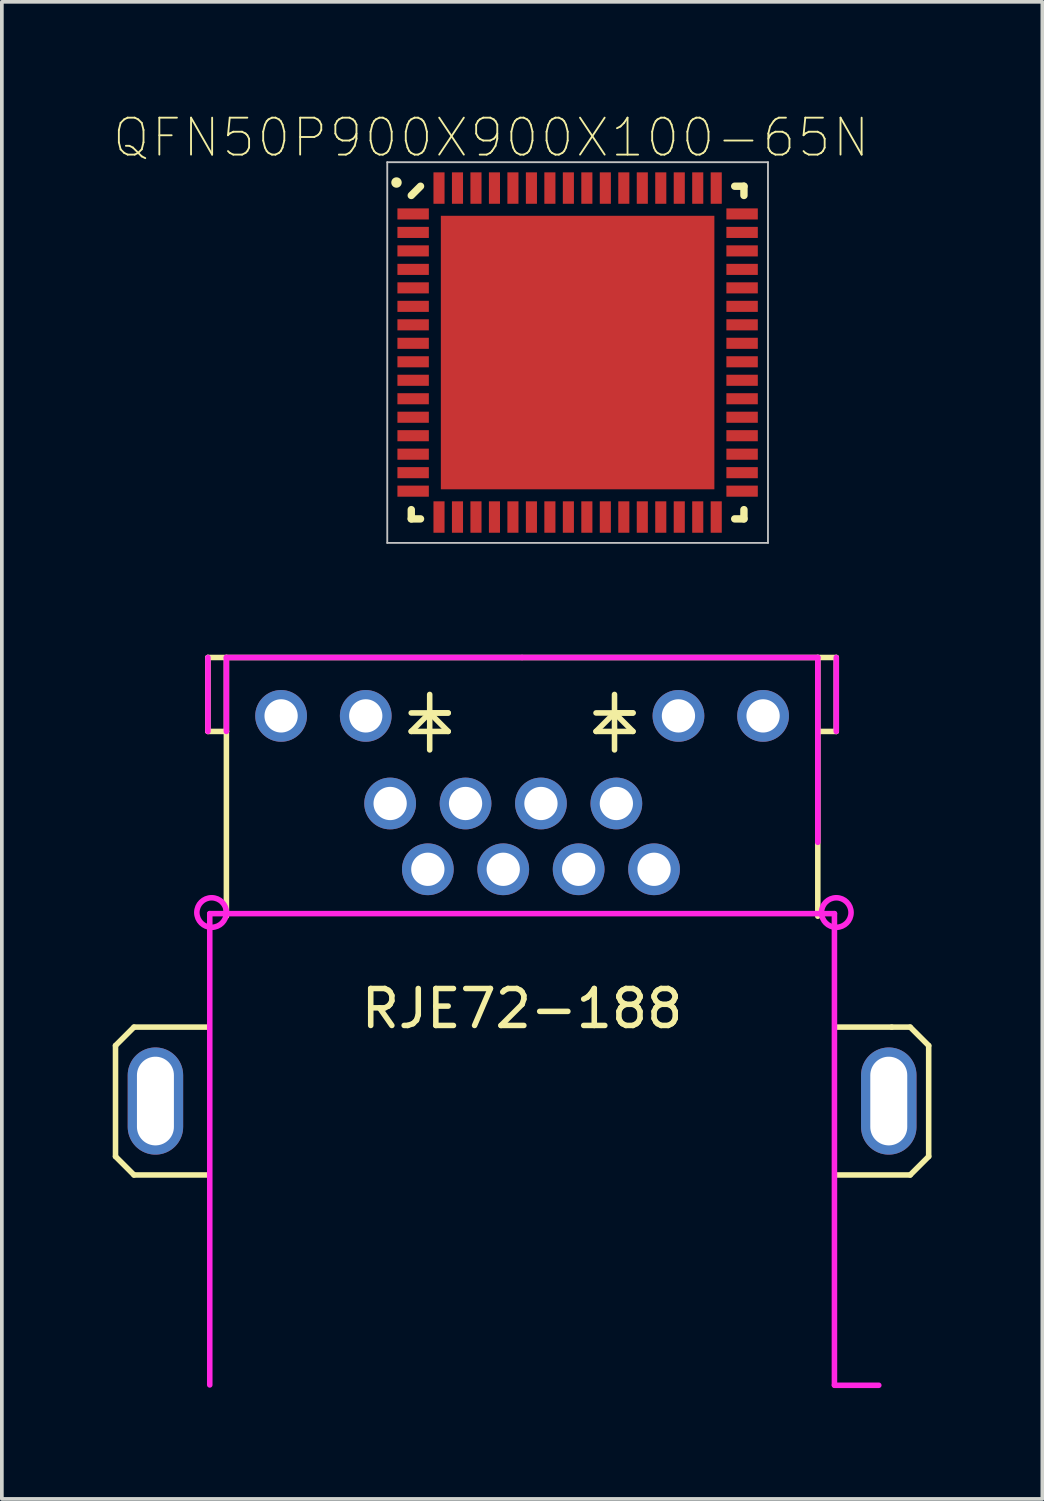
<source format=kicad_pcb>
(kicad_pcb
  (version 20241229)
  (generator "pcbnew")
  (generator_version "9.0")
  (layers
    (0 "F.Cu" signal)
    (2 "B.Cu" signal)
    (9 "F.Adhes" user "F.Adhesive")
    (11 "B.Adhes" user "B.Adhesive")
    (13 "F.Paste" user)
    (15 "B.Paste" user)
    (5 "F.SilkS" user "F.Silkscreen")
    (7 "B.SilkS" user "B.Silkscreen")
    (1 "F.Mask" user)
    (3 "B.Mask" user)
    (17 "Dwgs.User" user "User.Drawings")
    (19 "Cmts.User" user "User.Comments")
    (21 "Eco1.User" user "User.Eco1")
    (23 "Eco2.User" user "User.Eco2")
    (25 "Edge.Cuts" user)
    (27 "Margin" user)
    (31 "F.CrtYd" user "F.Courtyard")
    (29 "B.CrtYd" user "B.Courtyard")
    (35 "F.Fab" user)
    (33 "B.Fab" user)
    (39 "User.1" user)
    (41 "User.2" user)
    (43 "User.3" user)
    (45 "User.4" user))
  (footprint "RJE72-188"
    (layer "F.Cu")
    (at 11.075 26.738)
    (property "Reference" "RJE72-188" (at 0 -2.5 0) (layer "F.SilkS") (effects (font (size 1 1) (thickness 0.15))))
    (attr through_hole)
    (fp_line (start -11 -1.5) (end -11 1.5) (stroke (width 0.15) (type solid)) (layer "F.SilkS"))
    (fp_line (start -11 1.5) (end -10.5 2) (stroke (width 0.15) (type solid)) (layer "F.SilkS"))
    (fp_line (start -10.5 -2) (end -11 -1.5) (stroke (width 0.15) (type solid)) (layer "F.SilkS"))
    (fp_line (start -10.5 2) (end -8.5 2) (stroke (width 0.15) (type solid)) (layer "F.SilkS"))
    (fp_line (start -8.5 -12) (end -8.5 -10) (stroke (width 0.15) (type solid)) (layer "F.SilkS"))
    (fp_line (start -8.5 -12) (end 8.5 -12) (stroke (width 0.15) (type solid)) (layer "F.SilkS"))
    (fp_line (start -8.5 -10) (end -8 -10) (stroke (width 0.15) (type solid)) (layer "F.SilkS"))
    (fp_line (start -8.5 -2) (end -10.5 -2) (stroke (width 0.15) (type solid)) (layer "F.SilkS"))
    (fp_line (start -8 -10) (end -8 -12) (stroke (width 0.15) (type solid)) (layer "F.SilkS"))
    (fp_line (start -8 -10) (end -8 -5) (stroke (width 0.15) (type solid)) (layer "F.SilkS"))
    (fp_line (start -3 -10.5) (end -2 -10.5) (stroke (width 0.15) (type solid)) (layer "F.SilkS"))
    (fp_line (start -3 -10) (end -2.5 -10.5) (stroke (width 0.15) (type solid)) (layer "F.SilkS"))
    (fp_line (start -2.5 -11) (end -2.5 -9.5) (stroke (width 0.15) (type solid)) (layer "F.SilkS"))
    (fp_line (start -2.5 -10.5) (end -2 -10) (stroke (width 0.15) (type solid)) (layer "F.SilkS"))
    (fp_line (start -2 -10.5) (end -2.5 -10.5) (stroke (width 0.15) (type solid)) (layer "F.SilkS"))
    (fp_line (start -2 -10) (end -3 -10) (stroke (width 0.15) (type solid)) (layer "F.SilkS"))
    (fp_line (start 2 -10.5) (end 3 -10.5) (stroke (width 0.15) (type solid)) (layer "F.SilkS"))
    (fp_line (start 2 -10) (end 2.5 -10.5) (stroke (width 0.15) (type solid)) (layer "F.SilkS"))
    (fp_line (start 2.5 -11) (end 2.5 -9.5) (stroke (width 0.15) (type solid)) (layer "F.SilkS"))
    (fp_line (start 2.5 -10.5) (end 3 -10) (stroke (width 0.15) (type solid)) (layer "F.SilkS"))
    (fp_line (start 3 -10.5) (end 2.5 -10.5) (stroke (width 0.15) (type solid)) (layer "F.SilkS"))
    (fp_line (start 3 -10) (end 2 -10) (stroke (width 0.15) (type solid)) (layer "F.SilkS"))
    (fp_line (start 8 -10) (end 8 -12) (stroke (width 0.15) (type solid)) (layer "F.SilkS"))
    (fp_line (start 8 -10) (end 8 -5) (stroke (width 0.15) (type solid)) (layer "F.SilkS"))
    (fp_line (start 8.5 -12) (end 8.5 -10) (stroke (width 0.15) (type solid)) (layer "F.SilkS"))
    (fp_line (start 8.5 -10) (end 8 -10) (stroke (width 0.15) (type solid)) (layer "F.SilkS"))
    (fp_line (start 8.5 -2) (end 10 -2) (stroke (width 0.15) (type solid)) (layer "F.SilkS"))
    (fp_line (start 10 -2) (end 10.5 -2) (stroke (width 0.15) (type solid)) (layer "F.SilkS"))
    (fp_line (start 10.5 -2) (end 11 -1.5) (stroke (width 0.15) (type solid)) (layer "F.SilkS"))
    (fp_line (start 10.5 2) (end 8.5 2) (stroke (width 0.15) (type solid)) (layer "F.SilkS"))
    (fp_line (start 11 -1.5) (end 11 1.5) (stroke (width 0.15) (type solid)) (layer "F.SilkS"))
    (fp_line (start 11 1.5) (end 10.5 2) (stroke (width 0.15) (type solid)) (layer "F.SilkS"))
    (fp_line (start -8.5 -12) (end -8.5 -10) (stroke (width 0.15) (type solid)) (layer "F.CrtYd"))
    (fp_line (start -8.45 -5.07) (end -8.45 7.68) (stroke (width 0.15) (type solid)) (layer "F.CrtYd"))
    (fp_line (start -8.45 -5.07) (end 8.45 -5.07) (stroke (width 0.15) (type solid)) (layer "F.CrtYd"))
    (fp_line (start -8 -12) (end -8 -10) (stroke (width 0.15) (type solid)) (layer "F.CrtYd"))
    (fp_line (start 0 -12) (end -8 -12) (stroke (width 0.15) (type solid)) (layer "F.CrtYd"))
    (fp_line (start 0 -12) (end 8 -12) (stroke (width 0.15) (type solid)) (layer "F.CrtYd"))
    (fp_line (start 8 -12) (end 8 -7) (stroke (width 0.15) (type solid)) (layer "F.CrtYd"))
    (fp_line (start 8.45 -5.07) (end 8.45 7.68) (stroke (width 0.15) (type solid)) (layer "F.CrtYd"))
    (fp_line (start 8.45 7.69) (end 9.65 7.69) (stroke (width 0.15) (type solid)) (layer "F.CrtYd"))
    (fp_line (start 8.5 -12) (end 8.5 -10) (stroke (width 0.15) (type solid)) (layer "F.CrtYd"))
    (fp_circle (center -8.4 -5.1) (end -8 -5.1) (stroke (width 0.15) (type solid)) (fill no) (layer "F.CrtYd"))
    (fp_circle (center 8.5 -5.1) (end 8.9 -5.1) (stroke (width 0.15) (type solid)) (fill no) (layer "F.CrtYd"))
    (pad "" thru_hole oval (at -9.92 0) (size 1.5 2.9) (drill oval 1 2.4) (layers "*.Cu" "*.Mask"))
    (pad "" thru_hole oval (at 9.92 0) (size 1.5 2.9) (drill oval 1 2.4) (layers "*.Cu" "*.Mask"))
    (pad "1" thru_hole circle (at 3.57 -6.27) (size 1.4 1.4) (drill 0.9) (layers "*.Cu" "*.Mask"))
    (pad "2" thru_hole circle (at 2.55 -8.05) (size 1.4 1.4) (drill 0.9) (layers "*.Cu" "*.Mask"))
    (pad "3" thru_hole circle (at 1.53 -6.27 90) (size 1.4 1.4) (drill 0.9) (layers "*.Cu" "*.Mask"))
    (pad "4" thru_hole circle (at 0.51 -8.05) (size 1.4 1.4) (drill 0.9) (layers "*.Cu" "*.Mask"))
    (pad "5" thru_hole circle (at -0.51 -6.27) (size 1.4 1.4) (drill 0.9) (layers "*.Cu" "*.Mask"))
    (pad "6" thru_hole circle (at -1.53 -8.05) (size 1.4 1.4) (drill 0.9) (layers "*.Cu" "*.Mask"))
    (pad "7" thru_hole circle (at -2.55 -6.27) (size 1.4 1.4) (drill 0.9) (layers "*.Cu" "*.Mask"))
    (pad "8" thru_hole circle (at -3.57 -8.05) (size 1.4 1.4) (drill 0.9) (layers "*.Cu" "*.Mask"))
    (pad "9" thru_hole circle (at 6.52 -10.42) (size 1.4 1.4) (drill 0.9) (layers "*.Cu" "*.Mask"))
    (pad "10" thru_hole circle (at 4.23 -10.42) (size 1.4 1.4) (drill 0.9) (layers "*.Cu" "*.Mask"))
    (pad "11" thru_hole circle (at -4.23 -10.42) (size 1.4 1.4) (drill 0.9) (layers "*.Cu" "*.Mask"))
    (pad "12" thru_hole circle (at -6.52 -10.42) (size 1.4 1.4) (drill 0.9) (layers "*.Cu" "*.Mask")))
  (footprint "QFN50P900X900X100-65N"
    (layer "F.Cu")
    (at 12.577 6.488)
    (property "Reference" "QFN50P900X900X100-65N" (at -2.34 -5.815 0) (layer "F.SilkS") (effects (font (size 1 1) (thickness 0.05))))
    (attr smd)
    (fp_line (start -4.5 -4.25) (end -4.25 -4.5) (stroke (width 0.2) (type solid)) (layer "F.SilkS"))
    (fp_line (start -4.5 4.5) (end -4.5 4.25) (stroke (width 0.2) (type solid)) (layer "F.SilkS"))
    (fp_line (start -4.25 4.5) (end -4.5 4.5) (stroke (width 0.2) (type solid)) (layer "F.SilkS"))
    (fp_line (start 4.25 -4.5) (end 4.5 -4.5) (stroke (width 0.2) (type solid)) (layer "F.SilkS"))
    (fp_line (start 4.5 -4.5) (end 4.5 -4.25) (stroke (width 0.2) (type solid)) (layer "F.SilkS"))
    (fp_line (start 4.5 4.25) (end 4.5 4.5) (stroke (width 0.2) (type solid)) (layer "F.SilkS"))
    (fp_line (start 4.5 4.5) (end 4.25 4.5) (stroke (width 0.2) (type solid)) (layer "F.SilkS"))
    (fp_circle (center -4.9 -4.6) (end -4.759 -4.6) (stroke (width 0) (type solid)) (fill yes) (layer "F.SilkS"))
    (fp_poly (pts (xy -3.12 -3.12) (xy -1.56 -3.12) (xy -1.56 -1.56) (xy -3.12 -1.56)) (stroke (width 0.381) (type solid)) (fill yes) (layer "F.Paste"))
    (fp_poly (pts (xy -3.12 -0.78) (xy -1.56 -0.78) (xy -1.56 0.78) (xy -3.12 0.78)) (stroke (width 0.381) (type solid)) (fill yes) (layer "F.Paste"))
    (fp_poly (pts (xy -3.12 1.56) (xy -1.56 1.56) (xy -1.56 3.12) (xy -3.12 3.12)) (stroke (width 0.381) (type solid)) (fill yes) (layer "F.Paste"))
    (fp_poly (pts (xy -0.78 -3.12) (xy 0.78 -3.12) (xy 0.78 -1.56) (xy -0.78 -1.56)) (stroke (width 0.381) (type solid)) (fill yes) (layer "F.Paste"))
    (fp_poly (pts (xy -0.78 -0.78) (xy 0.78 -0.78) (xy 0.78 0.78) (xy -0.78 0.78)) (stroke (width 0.381) (type solid)) (fill yes) (layer "F.Paste"))
    (fp_poly (pts (xy -0.78 1.56) (xy 0.78 1.56) (xy 0.78 3.12) (xy -0.78 3.12)) (stroke (width 0.381) (type solid)) (fill yes) (layer "F.Paste"))
    (fp_poly (pts (xy 1.56 -3.12) (xy 3.12 -3.12) (xy 3.12 -1.56) (xy 1.56 -1.56)) (stroke (width 0.381) (type solid)) (fill yes) (layer "F.Paste"))
    (fp_poly (pts (xy 1.56 -0.78) (xy 3.12 -0.78) (xy 3.12 0.78) (xy 1.56 0.78)) (stroke (width 0.381) (type solid)) (fill yes) (layer "F.Paste"))
    (fp_poly (pts (xy 1.56 1.56) (xy 3.12 1.56) (xy 3.12 3.12) (xy 1.56 3.12)) (stroke (width 0.381) (type solid)) (fill yes) (layer "F.Paste"))
    (fp_line (start -5.15 -5.15) (end 5.15 -5.15) (stroke (width 0.05) (type solid)) (layer "Dwgs.User"))
    (fp_line (start -5.15 5.15) (end -5.15 -5.15) (stroke (width 0.05) (type solid)) (layer "Dwgs.User"))
    (fp_line (start 5.15 -5.15) (end 5.15 5.15) (stroke (width 0.05) (type solid)) (layer "Dwgs.User"))
    (fp_line (start 5.15 5.15) (end -5.15 5.15) (stroke (width 0.05) (type solid)) (layer "Dwgs.User"))
    (pad "1" smd rect (at -4.45 -3.75) (size 0.85 0.3) (layers "F.Cu" "F.Mask" "F.Paste"))
    (pad "2" smd rect (at -4.45 -3.25) (size 0.85 0.3) (layers "F.Cu" "F.Mask" "F.Paste"))
    (pad "3" smd rect (at -4.45 -2.75) (size 0.85 0.3) (layers "F.Cu" "F.Mask" "F.Paste"))
    (pad "4" smd rect (at -4.45 -2.25) (size 0.85 0.3) (layers "F.Cu" "F.Mask" "F.Paste"))
    (pad "5" smd rect (at -4.45 -1.75) (size 0.85 0.3) (layers "F.Cu" "F.Mask" "F.Paste"))
    (pad "6" smd rect (at -4.45 -1.25) (size 0.85 0.3) (layers "F.Cu" "F.Mask" "F.Paste"))
    (pad "7" smd rect (at -4.45 -0.75) (size 0.85 0.3) (layers "F.Cu" "F.Mask" "F.Paste"))
    (pad "8" smd rect (at -4.45 -0.25) (size 0.85 0.3) (layers "F.Cu" "F.Mask" "F.Paste"))
    (pad "9" smd rect (at -4.45 0.25) (size 0.85 0.3) (layers "F.Cu" "F.Mask" "F.Paste"))
    (pad "10" smd rect (at -4.45 0.75) (size 0.85 0.3) (layers "F.Cu" "F.Mask" "F.Paste"))
    (pad "11" smd rect (at -4.45 1.25) (size 0.85 0.3) (layers "F.Cu" "F.Mask" "F.Paste"))
    (pad "12" smd rect (at -4.45 1.75) (size 0.85 0.3) (layers "F.Cu" "F.Mask" "F.Paste"))
    (pad "13" smd rect (at -4.45 2.25) (size 0.85 0.3) (layers "F.Cu" "F.Mask" "F.Paste"))
    (pad "14" smd rect (at -4.45 2.75) (size 0.85 0.3) (layers "F.Cu" "F.Mask" "F.Paste"))
    (pad "15" smd rect (at -4.45 3.25) (size 0.85 0.3) (layers "F.Cu" "F.Mask" "F.Paste"))
    (pad "16" smd rect (at -4.45 3.75) (size 0.85 0.3) (layers "F.Cu" "F.Mask" "F.Paste"))
    (pad "17" smd rect (at -3.75 4.45 90) (size 0.85 0.3) (layers "F.Cu" "F.Mask" "F.Paste"))
    (pad "18" smd rect (at -3.25 4.45 90) (size 0.85 0.3) (layers "F.Cu" "F.Mask" "F.Paste"))
    (pad "19" smd rect (at -2.75 4.45 90) (size 0.85 0.3) (layers "F.Cu" "F.Mask" "F.Paste"))
    (pad "20" smd rect (at -2.25 4.45 90) (size 0.85 0.3) (layers "F.Cu" "F.Mask" "F.Paste"))
    (pad "21" smd rect (at -1.75 4.45 90) (size 0.85 0.3) (layers "F.Cu" "F.Mask" "F.Paste"))
    (pad "22" smd rect (at -1.25 4.45 90) (size 0.85 0.3) (layers "F.Cu" "F.Mask" "F.Paste"))
    (pad "23" smd rect (at -0.75 4.45 90) (size 0.85 0.3) (layers "F.Cu" "F.Mask" "F.Paste"))
    (pad "24" smd rect (at -0.25 4.45 90) (size 0.85 0.3) (layers "F.Cu" "F.Mask" "F.Paste"))
    (pad "25" smd rect (at 0.25 4.45 90) (size 0.85 0.3) (layers "F.Cu" "F.Mask" "F.Paste"))
    (pad "26" smd rect (at 0.75 4.45 90) (size 0.85 0.3) (layers "F.Cu" "F.Mask" "F.Paste"))
    (pad "27" smd rect (at 1.25 4.45 90) (size 0.85 0.3) (layers "F.Cu" "F.Mask" "F.Paste"))
    (pad "28" smd rect (at 1.75 4.45 90) (size 0.85 0.3) (layers "F.Cu" "F.Mask" "F.Paste"))
    (pad "29" smd rect (at 2.25 4.45 90) (size 0.85 0.3) (layers "F.Cu" "F.Mask" "F.Paste"))
    (pad "30" smd rect (at 2.75 4.45 90) (size 0.85 0.3) (layers "F.Cu" "F.Mask" "F.Paste"))
    (pad "31" smd rect (at 3.25 4.45 90) (size 0.85 0.3) (layers "F.Cu" "F.Mask" "F.Paste"))
    (pad "32" smd rect (at 3.75 4.45 90) (size 0.85 0.3) (layers "F.Cu" "F.Mask" "F.Paste"))
    (pad "33" smd rect (at 4.45 3.75 180) (size 0.85 0.3) (layers "F.Cu" "F.Mask" "F.Paste"))
    (pad "34" smd rect (at 4.45 3.25 180) (size 0.85 0.3) (layers "F.Cu" "F.Mask" "F.Paste"))
    (pad "35" smd rect (at 4.45 2.75 180) (size 0.85 0.3) (layers "F.Cu" "F.Mask" "F.Paste"))
    (pad "36" smd rect (at 4.45 2.25 180) (size 0.85 0.3) (layers "F.Cu" "F.Mask" "F.Paste"))
    (pad "37" smd rect (at 4.45 1.75 180) (size 0.85 0.3) (layers "F.Cu" "F.Mask" "F.Paste"))
    (pad "38" smd rect (at 4.45 1.25 180) (size 0.85 0.3) (layers "F.Cu" "F.Mask" "F.Paste"))
    (pad "39" smd rect (at 4.45 0.75 180) (size 0.85 0.3) (layers "F.Cu" "F.Mask" "F.Paste"))
    (pad "40" smd rect (at 4.45 0.25 180) (size 0.85 0.3) (layers "F.Cu" "F.Mask" "F.Paste"))
    (pad "41" smd rect (at 4.45 -0.25 180) (size 0.85 0.3) (layers "F.Cu" "F.Mask" "F.Paste"))
    (pad "42" smd rect (at 4.45 -0.75 180) (size 0.85 0.3) (layers "F.Cu" "F.Mask" "F.Paste"))
    (pad "43" smd rect (at 4.45 -1.25 180) (size 0.85 0.3) (layers "F.Cu" "F.Mask" "F.Paste"))
    (pad "44" smd rect (at 4.45 -1.75 180) (size 0.85 0.3) (layers "F.Cu" "F.Mask" "F.Paste"))
    (pad "45" smd rect (at 4.45 -2.25 180) (size 0.85 0.3) (layers "F.Cu" "F.Mask" "F.Paste"))
    (pad "46" smd rect (at 4.45 -2.75 180) (size 0.85 0.3) (layers "F.Cu" "F.Mask" "F.Paste"))
    (pad "47" smd rect (at 4.45 -3.25 180) (size 0.85 0.3) (layers "F.Cu" "F.Mask" "F.Paste"))
    (pad "48" smd rect (at 4.45 -3.75 180) (size 0.85 0.3) (layers "F.Cu" "F.Mask" "F.Paste"))
    (pad "49" smd rect (at 3.75 -4.45 270) (size 0.85 0.3) (layers "F.Cu" "F.Mask" "F.Paste"))
    (pad "50" smd rect (at 3.25 -4.45 270) (size 0.85 0.3) (layers "F.Cu" "F.Mask" "F.Paste"))
    (pad "51" smd rect (at 2.75 -4.45 270) (size 0.85 0.3) (layers "F.Cu" "F.Mask" "F.Paste"))
    (pad "52" smd rect (at 2.25 -4.45 270) (size 0.85 0.3) (layers "F.Cu" "F.Mask" "F.Paste"))
    (pad "53" smd rect (at 1.75 -4.45 270) (size 0.85 0.3) (layers "F.Cu" "F.Mask" "F.Paste"))
    (pad "54" smd rect (at 1.25 -4.45 270) (size 0.85 0.3) (layers "F.Cu" "F.Mask" "F.Paste"))
    (pad "55" smd rect (at 0.75 -4.45 270) (size 0.85 0.3) (layers "F.Cu" "F.Mask" "F.Paste"))
    (pad "56" smd rect (at 0.25 -4.45 270) (size 0.85 0.3) (layers "F.Cu" "F.Mask" "F.Paste"))
    (pad "57" smd rect (at -0.25 -4.45 270) (size 0.85 0.3) (layers "F.Cu" "F.Mask" "F.Paste"))
    (pad "58" smd rect (at -0.75 -4.45 270) (size 0.85 0.3) (layers "F.Cu" "F.Mask" "F.Paste"))
    (pad "59" smd rect (at -1.25 -4.45 270) (size 0.85 0.3) (layers "F.Cu" "F.Mask" "F.Paste"))
    (pad "60" smd rect (at -1.75 -4.45 270) (size 0.85 0.3) (layers "F.Cu" "F.Mask" "F.Paste"))
    (pad "61" smd rect (at -2.25 -4.45 270) (size 0.85 0.3) (layers "F.Cu" "F.Mask" "F.Paste"))
    (pad "62" smd rect (at -2.75 -4.45 270) (size 0.85 0.3) (layers "F.Cu" "F.Mask" "F.Paste"))
    (pad "63" smd rect (at -3.25 -4.45 270) (size 0.85 0.3) (layers "F.Cu" "F.Mask" "F.Paste"))
    (pad "64" smd rect (at -3.75 -4.45 270) (size 0.85 0.3) (layers "F.Cu" "F.Mask" "F.Paste"))
    (pad "65" smd rect (at 0 0) (size 7.4 7.4) (layers "F.Cu" "F.Mask" "F.Paste")))
  (gr_rect
    (start -3 -3)
    (end 25.15 37.503)
    (stroke (width 0.1) (type default))
    (fill no)
    (layer "Edge.Cuts")))
</source>
